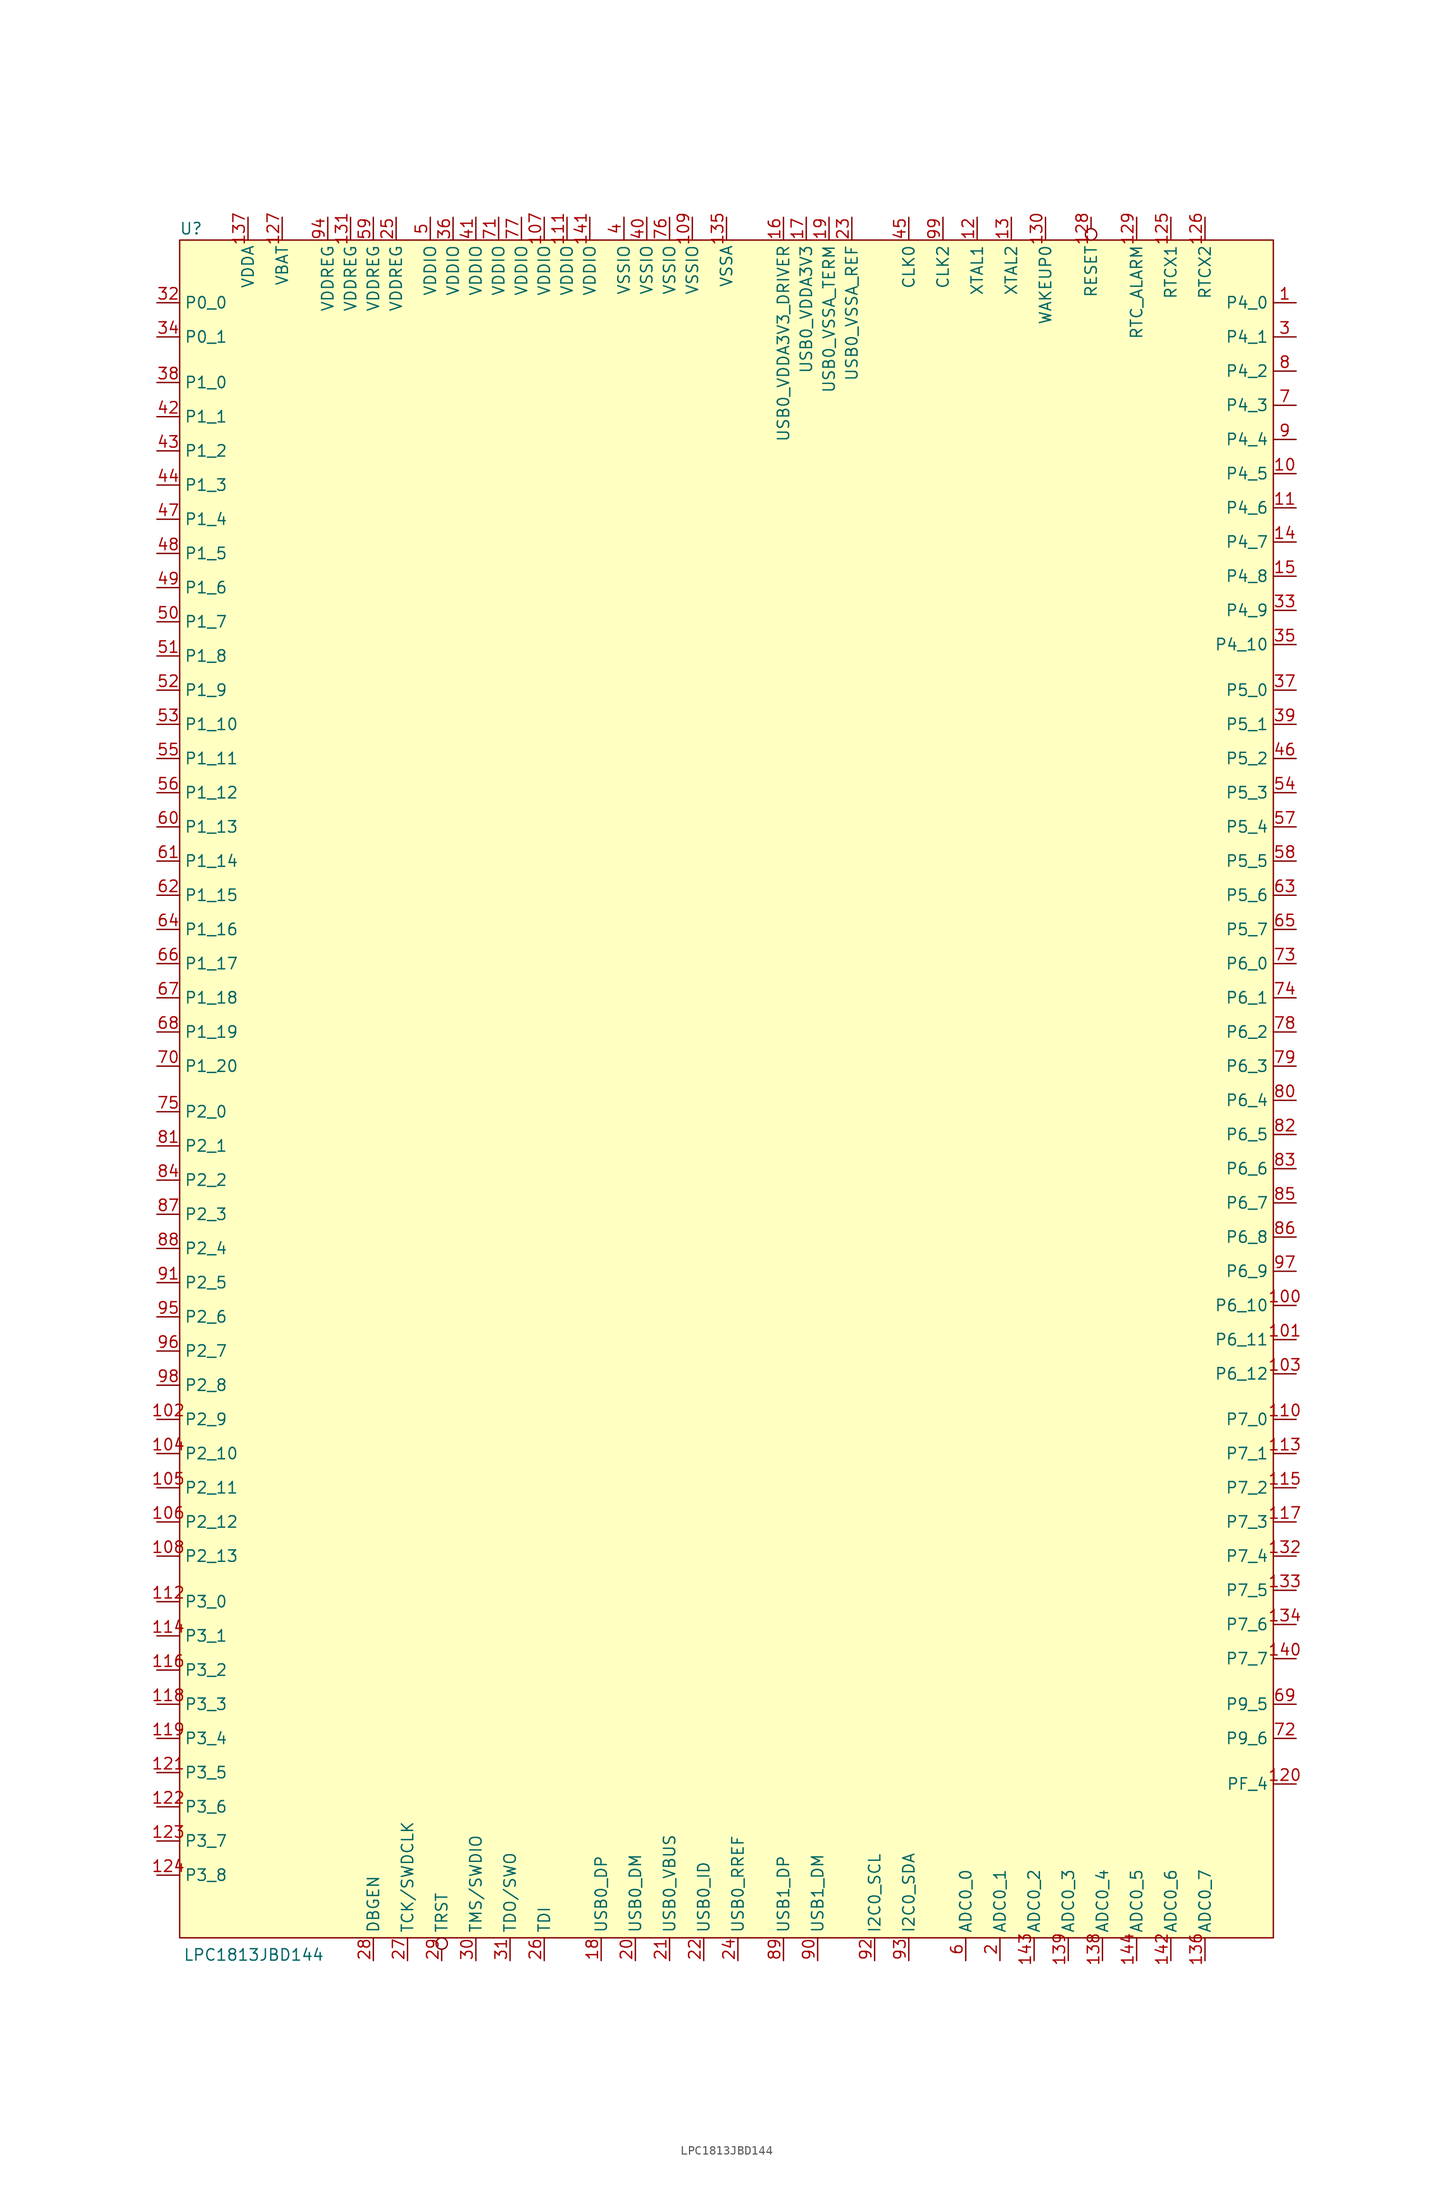
<source format=kicad_sym>
(kicad_symbol_lib
  (version 20211014)
  (generator kicad_symbol_editor)
  (symbol "LPC1813JBD144"
    (property "Reference" "U"
      (at 1.27 190.5 0)
      (effects (font (size 1.27 1.27))))
    (property "Value" "LPC1813JBD144"
      (at 8.255 -1.905 0)
      (effects (font (size 1.27 1.27))))
    (symbol "LPC1813JBD144_0_1"
      (rectangle (start 0 189.23) (end 121.92 0) (stroke (width 0) (type default) (color 0 0 0 0)) (fill (type background))))
    (symbol "LPC1813JBD144_1_1"
      (pin bidirectional line (at 124.46 182.245 180) (length 2.54) (name "P4_0" (effects (font (size 1.27 1.27)))) (number "1" (effects (font (size 1.27 1.27)))))
      (pin bidirectional line (at 124.46 163.195 180) (length 2.54) (name "P4_5" (effects (font (size 1.27 1.27)))) (number "10" (effects (font (size 1.27 1.27)))))
      (pin bidirectional line (at 124.46 70.485 180) (length 2.54) (name "P6_10" (effects (font (size 1.27 1.27)))) (number "100" (effects (font (size 1.27 1.27)))))
      (pin bidirectional line (at 124.46 66.675 180) (length 2.54) (name "P6_11" (effects (font (size 1.27 1.27)))) (number "101" (effects (font (size 1.27 1.27)))))
      (pin bidirectional line (at -2.54 57.785 0) (length 2.54) (name "P2_9" (effects (font (size 1.27 1.27)))) (number "102" (effects (font (size 1.27 1.27)))))
      (pin bidirectional line (at 124.46 62.865 180) (length 2.54) (name "P6_12" (effects (font (size 1.27 1.27)))) (number "103" (effects (font (size 1.27 1.27)))))
      (pin bidirectional line (at -2.54 53.975 0) (length 2.54) (name "P2_10" (effects (font (size 1.27 1.27)))) (number "104" (effects (font (size 1.27 1.27)))))
      (pin bidirectional line (at -2.54 50.165 0) (length 2.54) (name "P2_11" (effects (font (size 1.27 1.27)))) (number "105" (effects (font (size 1.27 1.27)))))
      (pin bidirectional line (at -2.54 46.355 0) (length 2.54) (name "P2_12" (effects (font (size 1.27 1.27)))) (number "106" (effects (font (size 1.27 1.27)))))
      (pin power_in line (at 40.64 191.77 270) (length 2.54) (name "VDDIO" (effects (font (size 1.27 1.27)))) (number "107" (effects (font (size 1.27 1.27)))))
      (pin bidirectional line (at -2.54 42.545 0) (length 2.54) (name "P2_13" (effects (font (size 1.27 1.27)))) (number "108" (effects (font (size 1.27 1.27)))))
      (pin power_in line (at 57.15 191.77 270) (length 2.54) (name "VSSIO" (effects (font (size 1.27 1.27)))) (number "109" (effects (font (size 1.27 1.27)))))
      (pin bidirectional line (at 124.46 159.385 180) (length 2.54) (name "P4_6" (effects (font (size 1.27 1.27)))) (number "11" (effects (font (size 1.27 1.27)))))
      (pin bidirectional line (at 124.46 57.785 180) (length 2.54) (name "P7_0" (effects (font (size 1.27 1.27)))) (number "110" (effects (font (size 1.27 1.27)))))
      (pin power_in line (at 43.18 191.77 270) (length 2.54) (name "VDDIO" (effects (font (size 1.27 1.27)))) (number "111" (effects (font (size 1.27 1.27)))))
      (pin bidirectional line (at -2.54 37.465 0) (length 2.54) (name "P3_0" (effects (font (size 1.27 1.27)))) (number "112" (effects (font (size 1.27 1.27)))))
      (pin bidirectional line (at 124.46 53.975 180) (length 2.54) (name "P7_1" (effects (font (size 1.27 1.27)))) (number "113" (effects (font (size 1.27 1.27)))))
      (pin bidirectional line (at -2.54 33.655 0) (length 2.54) (name "P3_1" (effects (font (size 1.27 1.27)))) (number "114" (effects (font (size 1.27 1.27)))))
      (pin bidirectional line (at 124.46 50.165 180) (length 2.54) (name "P7_2" (effects (font (size 1.27 1.27)))) (number "115" (effects (font (size 1.27 1.27)))))
      (pin bidirectional line (at -2.54 29.845 0) (length 2.54) (name "P3_2" (effects (font (size 1.27 1.27)))) (number "116" (effects (font (size 1.27 1.27)))))
      (pin bidirectional line (at 124.46 46.355 180) (length 2.54) (name "P7_3" (effects (font (size 1.27 1.27)))) (number "117" (effects (font (size 1.27 1.27)))))
      (pin bidirectional line (at -2.54 26.035 0) (length 2.54) (name "P3_3" (effects (font (size 1.27 1.27)))) (number "118" (effects (font (size 1.27 1.27)))))
      (pin bidirectional line (at -2.54 22.225 0) (length 2.54) (name "P3_4" (effects (font (size 1.27 1.27)))) (number "119" (effects (font (size 1.27 1.27)))))
      (pin input line (at 88.9 191.77 270) (length 2.54) (name "XTAL1" (effects (font (size 1.27 1.27)))) (number "12" (effects (font (size 1.27 1.27)))))
      (pin bidirectional line (at 124.46 17.145 180) (length 2.54) (name "PF_4" (effects (font (size 1.27 1.27)))) (number "120" (effects (font (size 1.27 1.27)))))
      (pin bidirectional line (at -2.54 18.415 0) (length 2.54) (name "P3_5" (effects (font (size 1.27 1.27)))) (number "121" (effects (font (size 1.27 1.27)))))
      (pin bidirectional line (at -2.54 14.605 0) (length 2.54) (name "P3_6" (effects (font (size 1.27 1.27)))) (number "122" (effects (font (size 1.27 1.27)))))
      (pin bidirectional line (at -2.54 10.795 0) (length 2.54) (name "P3_7" (effects (font (size 1.27 1.27)))) (number "123" (effects (font (size 1.27 1.27)))))
      (pin bidirectional line (at -2.54 6.985 0) (length 2.54) (name "P3_8" (effects (font (size 1.27 1.27)))) (number "124" (effects (font (size 1.27 1.27)))))
      (pin input line (at 110.49 191.77 270) (length 2.54) (name "RTCX1" (effects (font (size 1.27 1.27)))) (number "125" (effects (font (size 1.27 1.27)))))
      (pin input line (at 114.3 191.77 270) (length 2.54) (name "RTCX2" (effects (font (size 1.27 1.27)))) (number "126" (effects (font (size 1.27 1.27)))))
      (pin power_in line (at 11.43 191.77 270) (length 2.54) (name "VBAT" (effects (font (size 1.27 1.27)))) (number "127" (effects (font (size 1.27 1.27)))))
      (pin input inverted (at 101.6 191.77 270) (length 2.54) (name "RESET" (effects (font (size 1.27 1.27)))) (number "128" (effects (font (size 1.27 1.27)))))
      (pin output line (at 106.68 191.77 270) (length 2.54) (name "RTC_ALARM" (effects (font (size 1.27 1.27)))) (number "129" (effects (font (size 1.27 1.27)))))
      (pin input line (at 92.71 191.77 270) (length 2.54) (name "XTAL2" (effects (font (size 1.27 1.27)))) (number "13" (effects (font (size 1.27 1.27)))))
      (pin input line (at 96.52 191.77 270) (length 2.54) (name "WAKEUP0" (effects (font (size 1.27 1.27)))) (number "130" (effects (font (size 1.27 1.27)))))
      (pin power_in line (at 19.05 191.77 270) (length 2.54) (name "VDDREG" (effects (font (size 1.27 1.27)))) (number "131" (effects (font (size 1.27 1.27)))))
      (pin bidirectional line (at 124.46 42.545 180) (length 2.54) (name "P7_4" (effects (font (size 1.27 1.27)))) (number "132" (effects (font (size 1.27 1.27)))))
      (pin bidirectional line (at 124.46 38.735 180) (length 2.54) (name "P7_5" (effects (font (size 1.27 1.27)))) (number "133" (effects (font (size 1.27 1.27)))))
      (pin bidirectional line (at 124.46 34.925 180) (length 2.54) (name "P7_6" (effects (font (size 1.27 1.27)))) (number "134" (effects (font (size 1.27 1.27)))))
      (pin power_in line (at 60.96 191.77 270) (length 2.54) (name "VSSA" (effects (font (size 1.27 1.27)))) (number "135" (effects (font (size 1.27 1.27)))))
      (pin input line (at 114.3 -2.54 90) (length 2.54) (name "ADC0_7" (effects (font (size 1.27 1.27)))) (number "136" (effects (font (size 1.27 1.27)))))
      (pin power_in line (at 7.62 191.77 270) (length 2.54) (name "VDDA" (effects (font (size 1.27 1.27)))) (number "137" (effects (font (size 1.27 1.27)))))
      (pin input line (at 102.87 -2.54 90) (length 2.54) (name "ADC0_4" (effects (font (size 1.27 1.27)))) (number "138" (effects (font (size 1.27 1.27)))))
      (pin input line (at 99.06 -2.54 90) (length 2.54) (name "ADC0_3" (effects (font (size 1.27 1.27)))) (number "139" (effects (font (size 1.27 1.27)))))
      (pin bidirectional line (at 124.46 155.575 180) (length 2.54) (name "P4_7" (effects (font (size 1.27 1.27)))) (number "14" (effects (font (size 1.27 1.27)))))
      (pin bidirectional line (at 124.46 31.115 180) (length 2.54) (name "P7_7" (effects (font (size 1.27 1.27)))) (number "140" (effects (font (size 1.27 1.27)))))
      (pin power_in line (at 45.72 191.77 270) (length 2.54) (name "VDDIO" (effects (font (size 1.27 1.27)))) (number "141" (effects (font (size 1.27 1.27)))))
      (pin input line (at 110.49 -2.54 90) (length 2.54) (name "ADC0_6" (effects (font (size 1.27 1.27)))) (number "142" (effects (font (size 1.27 1.27)))))
      (pin input line (at 95.25 -2.54 90) (length 2.54) (name "ADC0_2" (effects (font (size 1.27 1.27)))) (number "143" (effects (font (size 1.27 1.27)))))
      (pin input line (at 106.68 -2.54 90) (length 2.54) (name "ADC0_5" (effects (font (size 1.27 1.27)))) (number "144" (effects (font (size 1.27 1.27)))))
      (pin bidirectional line (at 124.46 151.765 180) (length 2.54) (name "P4_8" (effects (font (size 1.27 1.27)))) (number "15" (effects (font (size 1.27 1.27)))))
      (pin power_in line (at 67.31 191.77 270) (length 2.54) (name "USB0_VDDA3V3_DRIVER" (effects (font (size 1.27 1.27)))) (number "16" (effects (font (size 1.27 1.27)))))
      (pin power_in line (at 69.85 191.77 270) (length 2.54) (name "USB0_VDDA3V3" (effects (font (size 1.27 1.27)))) (number "17" (effects (font (size 1.27 1.27)))))
      (pin bidirectional line (at 46.99 -2.54 90) (length 2.54) (name "USB0_DP" (effects (font (size 1.27 1.27)))) (number "18" (effects (font (size 1.27 1.27)))))
      (pin power_in line (at 72.39 191.77 270) (length 2.54) (name "USB0_VSSA_TERM" (effects (font (size 1.27 1.27)))) (number "19" (effects (font (size 1.27 1.27)))))
      (pin input line (at 91.44 -2.54 90) (length 2.54) (name "ADC0_1" (effects (font (size 1.27 1.27)))) (number "2" (effects (font (size 1.27 1.27)))))
      (pin bidirectional line (at 50.8 -2.54 90) (length 2.54) (name "USB0_DM" (effects (font (size 1.27 1.27)))) (number "20" (effects (font (size 1.27 1.27)))))
      (pin input line (at 54.61 -2.54 90) (length 2.54) (name "USB0_VBUS" (effects (font (size 1.27 1.27)))) (number "21" (effects (font (size 1.27 1.27)))))
      (pin input line (at 58.42 -2.54 90) (length 2.54) (name "USB0_ID" (effects (font (size 1.27 1.27)))) (number "22" (effects (font (size 1.27 1.27)))))
      (pin power_in line (at 74.93 191.77 270) (length 2.54) (name "USB0_VSSA_REF" (effects (font (size 1.27 1.27)))) (number "23" (effects (font (size 1.27 1.27)))))
      (pin passive line (at 62.23 -2.54 90) (length 2.54) (name "USB0_RREF" (effects (font (size 1.27 1.27)))) (number "24" (effects (font (size 1.27 1.27)))))
      (pin power_in line (at 24.13 191.77 270) (length 2.54) (name "VDDREG" (effects (font (size 1.27 1.27)))) (number "25" (effects (font (size 1.27 1.27)))))
      (pin input line (at 40.64 -2.54 90) (length 2.54) (name "TDI" (effects (font (size 1.27 1.27)))) (number "26" (effects (font (size 1.27 1.27)))))
      (pin input line (at 25.4 -2.54 90) (length 2.54) (name "TCK/SWDCLK" (effects (font (size 1.27 1.27)))) (number "27" (effects (font (size 1.27 1.27)))))
      (pin input line (at 21.59 -2.54 90) (length 2.54) (name "DBGEN" (effects (font (size 1.27 1.27)))) (number "28" (effects (font (size 1.27 1.27)))))
      (pin input inverted (at 29.21 -2.54 90) (length 2.54) (name "TRST" (effects (font (size 1.27 1.27)))) (number "29" (effects (font (size 1.27 1.27)))))
      (pin bidirectional line (at 124.46 178.435 180) (length 2.54) (name "P4_1" (effects (font (size 1.27 1.27)))) (number "3" (effects (font (size 1.27 1.27)))))
      (pin input line (at 33.02 -2.54 90) (length 2.54) (name "TMS/SWDIO" (effects (font (size 1.27 1.27)))) (number "30" (effects (font (size 1.27 1.27)))))
      (pin output line (at 36.83 -2.54 90) (length 2.54) (name "TDO/SWO" (effects (font (size 1.27 1.27)))) (number "31" (effects (font (size 1.27 1.27)))))
      (pin bidirectional line (at -2.54 182.245 0) (length 2.54) (name "P0_0" (effects (font (size 1.27 1.27)))) (number "32" (effects (font (size 1.27 1.27)))))
      (pin bidirectional line (at 124.46 147.955 180) (length 2.54) (name "P4_9" (effects (font (size 1.27 1.27)))) (number "33" (effects (font (size 1.27 1.27)))))
      (pin bidirectional line (at -2.54 178.435 0) (length 2.54) (name "P0_1" (effects (font (size 1.27 1.27)))) (number "34" (effects (font (size 1.27 1.27)))))
      (pin bidirectional line (at 124.46 144.145 180) (length 2.54) (name "P4_10" (effects (font (size 1.27 1.27)))) (number "35" (effects (font (size 1.27 1.27)))))
      (pin power_in line (at 30.48 191.77 270) (length 2.54) (name "VDDIO" (effects (font (size 1.27 1.27)))) (number "36" (effects (font (size 1.27 1.27)))))
      (pin bidirectional line (at 124.46 139.065 180) (length 2.54) (name "P5_0" (effects (font (size 1.27 1.27)))) (number "37" (effects (font (size 1.27 1.27)))))
      (pin bidirectional line (at -2.54 173.355 0) (length 2.54) (name "P1_0" (effects (font (size 1.27 1.27)))) (number "38" (effects (font (size 1.27 1.27)))))
      (pin bidirectional line (at 124.46 135.255 180) (length 2.54) (name "P5_1" (effects (font (size 1.27 1.27)))) (number "39" (effects (font (size 1.27 1.27)))))
      (pin power_in line (at 49.53 191.77 270) (length 2.54) (name "VSSIO" (effects (font (size 1.27 1.27)))) (number "4" (effects (font (size 1.27 1.27)))))
      (pin power_in line (at 52.07 191.77 270) (length 2.54) (name "VSSIO" (effects (font (size 1.27 1.27)))) (number "40" (effects (font (size 1.27 1.27)))))
      (pin power_in line (at 33.02 191.77 270) (length 2.54) (name "VDDIO" (effects (font (size 1.27 1.27)))) (number "41" (effects (font (size 1.27 1.27)))))
      (pin bidirectional line (at -2.54 169.545 0) (length 2.54) (name "P1_1" (effects (font (size 1.27 1.27)))) (number "42" (effects (font (size 1.27 1.27)))))
      (pin bidirectional line (at -2.54 165.735 0) (length 2.54) (name "P1_2" (effects (font (size 1.27 1.27)))) (number "43" (effects (font (size 1.27 1.27)))))
      (pin bidirectional line (at -2.54 161.925 0) (length 2.54) (name "P1_3" (effects (font (size 1.27 1.27)))) (number "44" (effects (font (size 1.27 1.27)))))
      (pin bidirectional line (at 81.28 191.77 270) (length 2.54) (name "CLK0" (effects (font (size 1.27 1.27)))) (number "45" (effects (font (size 1.27 1.27)))))
      (pin bidirectional line (at 124.46 131.445 180) (length 2.54) (name "P5_2" (effects (font (size 1.27 1.27)))) (number "46" (effects (font (size 1.27 1.27)))))
      (pin bidirectional line (at -2.54 158.115 0) (length 2.54) (name "P1_4" (effects (font (size 1.27 1.27)))) (number "47" (effects (font (size 1.27 1.27)))))
      (pin bidirectional line (at -2.54 154.305 0) (length 2.54) (name "P1_5" (effects (font (size 1.27 1.27)))) (number "48" (effects (font (size 1.27 1.27)))))
      (pin bidirectional line (at -2.54 150.495 0) (length 2.54) (name "P1_6" (effects (font (size 1.27 1.27)))) (number "49" (effects (font (size 1.27 1.27)))))
      (pin power_in line (at 27.94 191.77 270) (length 2.54) (name "VDDIO" (effects (font (size 1.27 1.27)))) (number "5" (effects (font (size 1.27 1.27)))))
      (pin bidirectional line (at -2.54 146.685 0) (length 2.54) (name "P1_7" (effects (font (size 1.27 1.27)))) (number "50" (effects (font (size 1.27 1.27)))))
      (pin bidirectional line (at -2.54 142.875 0) (length 2.54) (name "P1_8" (effects (font (size 1.27 1.27)))) (number "51" (effects (font (size 1.27 1.27)))))
      (pin bidirectional line (at -2.54 139.065 0) (length 2.54) (name "P1_9" (effects (font (size 1.27 1.27)))) (number "52" (effects (font (size 1.27 1.27)))))
      (pin bidirectional line (at -2.54 135.255 0) (length 2.54) (name "P1_10" (effects (font (size 1.27 1.27)))) (number "53" (effects (font (size 1.27 1.27)))))
      (pin bidirectional line (at 124.46 127.635 180) (length 2.54) (name "P5_3" (effects (font (size 1.27 1.27)))) (number "54" (effects (font (size 1.27 1.27)))))
      (pin bidirectional line (at -2.54 131.445 0) (length 2.54) (name "P1_11" (effects (font (size 1.27 1.27)))) (number "55" (effects (font (size 1.27 1.27)))))
      (pin bidirectional line (at -2.54 127.635 0) (length 2.54) (name "P1_12" (effects (font (size 1.27 1.27)))) (number "56" (effects (font (size 1.27 1.27)))))
      (pin bidirectional line (at 124.46 123.825 180) (length 2.54) (name "P5_4" (effects (font (size 1.27 1.27)))) (number "57" (effects (font (size 1.27 1.27)))))
      (pin bidirectional line (at 124.46 120.015 180) (length 2.54) (name "P5_5" (effects (font (size 1.27 1.27)))) (number "58" (effects (font (size 1.27 1.27)))))
      (pin power_in line (at 21.59 191.77 270) (length 2.54) (name "VDDREG" (effects (font (size 1.27 1.27)))) (number "59" (effects (font (size 1.27 1.27)))))
      (pin input line (at 87.63 -2.54 90) (length 2.54) (name "ADC0_0" (effects (font (size 1.27 1.27)))) (number "6" (effects (font (size 1.27 1.27)))))
      (pin bidirectional line (at -2.54 123.825 0) (length 2.54) (name "P1_13" (effects (font (size 1.27 1.27)))) (number "60" (effects (font (size 1.27 1.27)))))
      (pin bidirectional line (at -2.54 120.015 0) (length 2.54) (name "P1_14" (effects (font (size 1.27 1.27)))) (number "61" (effects (font (size 1.27 1.27)))))
      (pin bidirectional line (at -2.54 116.205 0) (length 2.54) (name "P1_15" (effects (font (size 1.27 1.27)))) (number "62" (effects (font (size 1.27 1.27)))))
      (pin bidirectional line (at 124.46 116.205 180) (length 2.54) (name "P5_6" (effects (font (size 1.27 1.27)))) (number "63" (effects (font (size 1.27 1.27)))))
      (pin bidirectional line (at -2.54 112.395 0) (length 2.54) (name "P1_16" (effects (font (size 1.27 1.27)))) (number "64" (effects (font (size 1.27 1.27)))))
      (pin bidirectional line (at 124.46 112.395 180) (length 2.54) (name "P5_7" (effects (font (size 1.27 1.27)))) (number "65" (effects (font (size 1.27 1.27)))))
      (pin bidirectional line (at -2.54 108.585 0) (length 2.54) (name "P1_17" (effects (font (size 1.27 1.27)))) (number "66" (effects (font (size 1.27 1.27)))))
      (pin bidirectional line (at -2.54 104.775 0) (length 2.54) (name "P1_18" (effects (font (size 1.27 1.27)))) (number "67" (effects (font (size 1.27 1.27)))))
      (pin bidirectional line (at -2.54 100.965 0) (length 2.54) (name "P1_19" (effects (font (size 1.27 1.27)))) (number "68" (effects (font (size 1.27 1.27)))))
      (pin bidirectional line (at 124.46 26.035 180) (length 2.54) (name "P9_5" (effects (font (size 1.27 1.27)))) (number "69" (effects (font (size 1.27 1.27)))))
      (pin bidirectional line (at 124.46 170.815 180) (length 2.54) (name "P4_3" (effects (font (size 1.27 1.27)))) (number "7" (effects (font (size 1.27 1.27)))))
      (pin bidirectional line (at -2.54 97.155 0) (length 2.54) (name "P1_20" (effects (font (size 1.27 1.27)))) (number "70" (effects (font (size 1.27 1.27)))))
      (pin power_in line (at 35.56 191.77 270) (length 2.54) (name "VDDIO" (effects (font (size 1.27 1.27)))) (number "71" (effects (font (size 1.27 1.27)))))
      (pin bidirectional line (at 124.46 22.225 180) (length 2.54) (name "P9_6" (effects (font (size 1.27 1.27)))) (number "72" (effects (font (size 1.27 1.27)))))
      (pin bidirectional line (at 124.46 108.585 180) (length 2.54) (name "P6_0" (effects (font (size 1.27 1.27)))) (number "73" (effects (font (size 1.27 1.27)))))
      (pin bidirectional line (at 124.46 104.775 180) (length 2.54) (name "P6_1" (effects (font (size 1.27 1.27)))) (number "74" (effects (font (size 1.27 1.27)))))
      (pin bidirectional line (at -2.54 92.075 0) (length 2.54) (name "P2_0" (effects (font (size 1.27 1.27)))) (number "75" (effects (font (size 1.27 1.27)))))
      (pin power_in line (at 54.61 191.77 270) (length 2.54) (name "VSSIO" (effects (font (size 1.27 1.27)))) (number "76" (effects (font (size 1.27 1.27)))))
      (pin power_in line (at 38.1 191.77 270) (length 2.54) (name "VDDIO" (effects (font (size 1.27 1.27)))) (number "77" (effects (font (size 1.27 1.27)))))
      (pin bidirectional line (at 124.46 100.965 180) (length 2.54) (name "P6_2" (effects (font (size 1.27 1.27)))) (number "78" (effects (font (size 1.27 1.27)))))
      (pin bidirectional line (at 124.46 97.155 180) (length 2.54) (name "P6_3" (effects (font (size 1.27 1.27)))) (number "79" (effects (font (size 1.27 1.27)))))
      (pin bidirectional line (at 124.46 174.625 180) (length 2.54) (name "P4_2" (effects (font (size 1.27 1.27)))) (number "8" (effects (font (size 1.27 1.27)))))
      (pin bidirectional line (at 124.46 93.345 180) (length 2.54) (name "P6_4" (effects (font (size 1.27 1.27)))) (number "80" (effects (font (size 1.27 1.27)))))
      (pin bidirectional line (at -2.54 88.265 0) (length 2.54) (name "P2_1" (effects (font (size 1.27 1.27)))) (number "81" (effects (font (size 1.27 1.27)))))
      (pin bidirectional line (at 124.46 89.535 180) (length 2.54) (name "P6_5" (effects (font (size 1.27 1.27)))) (number "82" (effects (font (size 1.27 1.27)))))
      (pin bidirectional line (at 124.46 85.725 180) (length 2.54) (name "P6_6" (effects (font (size 1.27 1.27)))) (number "83" (effects (font (size 1.27 1.27)))))
      (pin bidirectional line (at -2.54 84.455 0) (length 2.54) (name "P2_2" (effects (font (size 1.27 1.27)))) (number "84" (effects (font (size 1.27 1.27)))))
      (pin bidirectional line (at 124.46 81.915 180) (length 2.54) (name "P6_7" (effects (font (size 1.27 1.27)))) (number "85" (effects (font (size 1.27 1.27)))))
      (pin bidirectional line (at 124.46 78.105 180) (length 2.54) (name "P6_8" (effects (font (size 1.27 1.27)))) (number "86" (effects (font (size 1.27 1.27)))))
      (pin bidirectional line (at -2.54 80.645 0) (length 2.54) (name "P2_3" (effects (font (size 1.27 1.27)))) (number "87" (effects (font (size 1.27 1.27)))))
      (pin bidirectional line (at -2.54 76.835 0) (length 2.54) (name "P2_4" (effects (font (size 1.27 1.27)))) (number "88" (effects (font (size 1.27 1.27)))))
      (pin bidirectional line (at 67.31 -2.54 90) (length 2.54) (name "USB1_DP" (effects (font (size 1.27 1.27)))) (number "89" (effects (font (size 1.27 1.27)))))
      (pin bidirectional line (at 124.46 167.005 180) (length 2.54) (name "P4_4" (effects (font (size 1.27 1.27)))) (number "9" (effects (font (size 1.27 1.27)))))
      (pin bidirectional line (at 71.12 -2.54 90) (length 2.54) (name "USB1_DM" (effects (font (size 1.27 1.27)))) (number "90" (effects (font (size 1.27 1.27)))))
      (pin bidirectional line (at -2.54 73.025 0) (length 2.54) (name "P2_5" (effects (font (size 1.27 1.27)))) (number "91" (effects (font (size 1.27 1.27)))))
      (pin bidirectional line (at 77.47 -2.54 90) (length 2.54) (name "I2C0_SCL" (effects (font (size 1.27 1.27)))) (number "92" (effects (font (size 1.27 1.27)))))
      (pin bidirectional line (at 81.28 -2.54 90) (length 2.54) (name "I2C0_SDA" (effects (font (size 1.27 1.27)))) (number "93" (effects (font (size 1.27 1.27)))))
      (pin power_in line (at 16.51 191.77 270) (length 2.54) (name "VDDREG" (effects (font (size 1.27 1.27)))) (number "94" (effects (font (size 1.27 1.27)))))
      (pin bidirectional line (at -2.54 69.215 0) (length 2.54) (name "P2_6" (effects (font (size 1.27 1.27)))) (number "95" (effects (font (size 1.27 1.27)))))
      (pin bidirectional line (at -2.54 65.405 0) (length 2.54) (name "P2_7" (effects (font (size 1.27 1.27)))) (number "96" (effects (font (size 1.27 1.27)))))
      (pin bidirectional line (at 124.46 74.295 180) (length 2.54) (name "P6_9" (effects (font (size 1.27 1.27)))) (number "97" (effects (font (size 1.27 1.27)))))
      (pin bidirectional line (at -2.54 61.595 0) (length 2.54) (name "P2_8" (effects (font (size 1.27 1.27)))) (number "98" (effects (font (size 1.27 1.27)))))
      (pin bidirectional line (at 85.09 191.77 270) (length 2.54) (name "CLK2" (effects (font (size 1.27 1.27)))) (number "99" (effects (font (size 1.27 1.27))))))))
</source>
